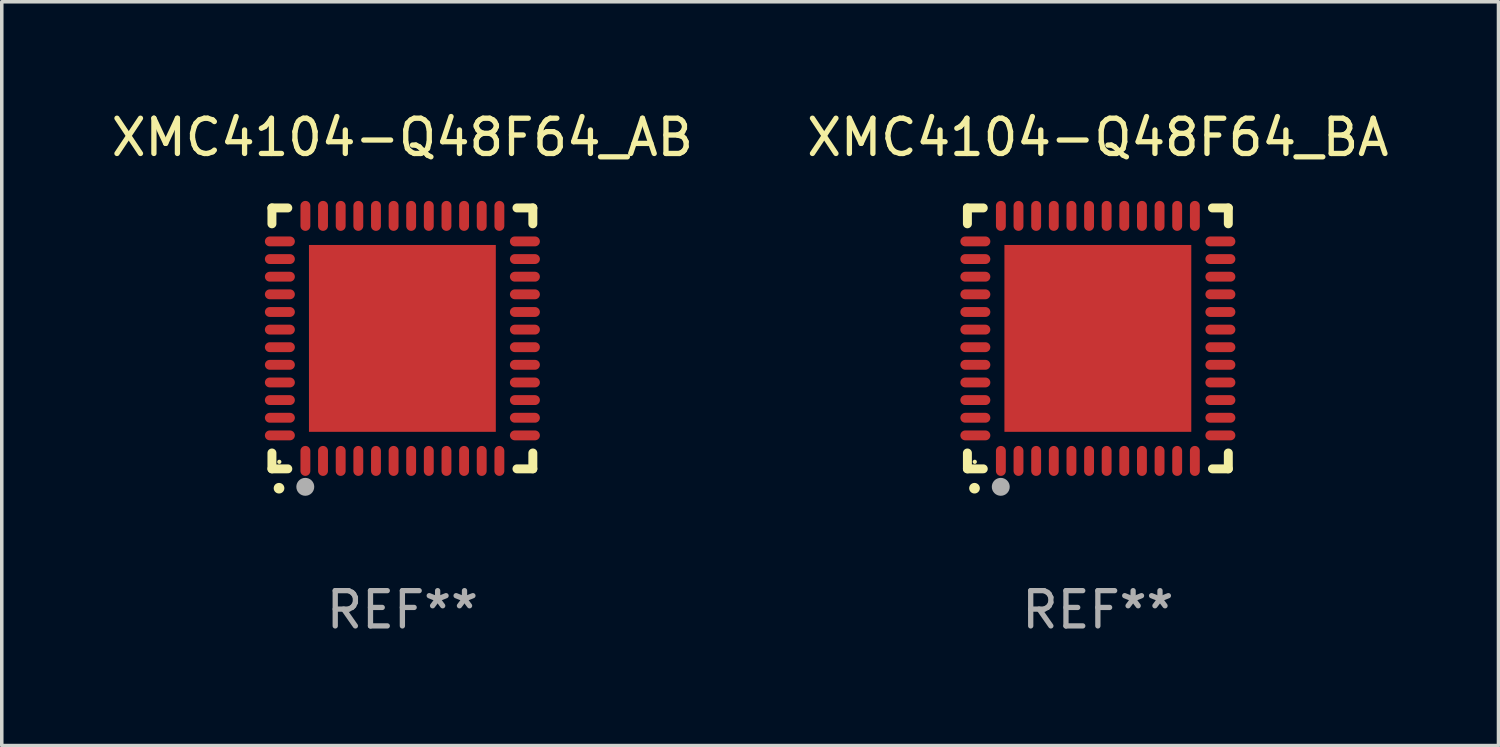
<source format=kicad_pcb>
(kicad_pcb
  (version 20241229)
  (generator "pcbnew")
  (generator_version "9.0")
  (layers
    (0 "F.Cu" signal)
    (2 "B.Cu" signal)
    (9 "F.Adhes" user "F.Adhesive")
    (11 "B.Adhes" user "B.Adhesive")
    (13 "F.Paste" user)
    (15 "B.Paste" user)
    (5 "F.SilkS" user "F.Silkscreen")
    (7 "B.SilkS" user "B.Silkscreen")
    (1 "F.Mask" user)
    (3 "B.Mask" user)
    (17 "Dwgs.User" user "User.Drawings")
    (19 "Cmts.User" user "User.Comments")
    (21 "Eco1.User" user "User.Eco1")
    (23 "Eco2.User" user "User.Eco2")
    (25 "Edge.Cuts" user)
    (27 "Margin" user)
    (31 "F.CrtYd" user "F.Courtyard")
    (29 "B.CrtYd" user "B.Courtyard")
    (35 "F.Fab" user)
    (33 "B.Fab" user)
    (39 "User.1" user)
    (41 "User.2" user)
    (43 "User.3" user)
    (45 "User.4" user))
  (footprint "XMC4104-Q48F64_BA"
    (layer "F.Cu")
    (at 28.089 6.548)
    (property "Reference" "XMC4104-Q48F64_BA" (at 0 -5.7 0) (layer "F.SilkS") (effects (font (size 1 1) (thickness 0.15))))
    (attr through_hole)
    (fp_line (start -3.7 -3.7) (end -3.25 -3.7) (stroke (width 0.254) (type solid)) (layer "F.SilkS"))
    (fp_line (start -3.7 -3.25) (end -3.7 -3.7) (stroke (width 0.254) (type solid)) (layer "F.SilkS"))
    (fp_line (start -3.7 3.7) (end -3.7 3.25) (stroke (width 0.254) (type solid)) (layer "F.SilkS"))
    (fp_line (start -3.25 3.7) (end -3.7 3.7) (stroke (width 0.254) (type solid)) (layer "F.SilkS"))
    (fp_line (start 3.25 3.7) (end 3.7 3.7) (stroke (width 0.254) (type solid)) (layer "F.SilkS"))
    (fp_line (start 3.7 -3.7) (end 3.25 -3.7) (stroke (width 0.254) (type solid)) (layer "F.SilkS"))
    (fp_line (start 3.7 -3.25) (end 3.7 -3.7) (stroke (width 0.254) (type solid)) (layer "F.SilkS"))
    (fp_line (start 3.7 3.7) (end 3.7 3.25) (stroke (width 0.254) (type solid)) (layer "F.SilkS"))
    (fp_arc (start -3.500127 4.249428) (mid -3.498857 4.249423) (end -3.497587 4.249428) (stroke (width 0.3) (type solid)) (layer "F.SilkS"))
    (fp_circle (center -3.491 3.501) (end -3.461 3.501) (stroke (width 0.06) (type solid)) (fill no) (layer "F.SilkS"))
    (fp_circle (center -2.754 4.21) (end -2.627 4.21) (stroke (width 0.254) (type solid)) (fill no) (layer "F.Fab"))
    (fp_text user "REF**" (at 0 7.7 0) (layer "F.Fab") (effects (font (size 1 1) (thickness 0.15))))
    (pad "1" smd oval (at -2.751 3.475) (size 0.28 0.85) (layers "F.Cu" "F.Mask" "F.Paste"))
    (pad "2" smd oval (at -2.251 3.475) (size 0.28 0.85) (layers "F.Cu" "F.Mask" "F.Paste"))
    (pad "3" smd oval (at -1.75 3.475) (size 0.28 0.85) (layers "F.Cu" "F.Mask" "F.Paste"))
    (pad "4" smd oval (at -1.25 3.475) (size 0.28 0.85) (layers "F.Cu" "F.Mask" "F.Paste"))
    (pad "5" smd oval (at -0.749 3.475) (size 0.28 0.85) (layers "F.Cu" "F.Mask" "F.Paste"))
    (pad "6" smd oval (at -0.249 3.475) (size 0.28 0.85) (layers "F.Cu" "F.Mask" "F.Paste"))
    (pad "7" smd oval (at 0.249 3.475) (size 0.28 0.85) (layers "F.Cu" "F.Mask" "F.Paste"))
    (pad "8" smd oval (at 0.749 3.475) (size 0.28 0.85) (layers "F.Cu" "F.Mask" "F.Paste"))
    (pad "9" smd oval (at 1.25 3.475) (size 0.28 0.85) (layers "F.Cu" "F.Mask" "F.Paste"))
    (pad "10" smd oval (at 1.75 3.475) (size 0.28 0.85) (layers "F.Cu" "F.Mask" "F.Paste"))
    (pad "11" smd oval (at 2.25 3.475) (size 0.28 0.85) (layers "F.Cu" "F.Mask" "F.Paste"))
    (pad "12" smd oval (at 2.751 3.475) (size 0.28 0.85) (layers "F.Cu" "F.Mask" "F.Paste"))
    (pad "13" smd oval (at 3.475 2.751) (size 0.85 0.28) (layers "F.Cu" "F.Mask" "F.Paste"))
    (pad "14" smd oval (at 3.475 2.251) (size 0.85 0.28) (layers "F.Cu" "F.Mask" "F.Paste"))
    (pad "15" smd oval (at 3.475 1.75) (size 0.85 0.28) (layers "F.Cu" "F.Mask" "F.Paste"))
    (pad "16" smd oval (at 3.475 1.25) (size 0.85 0.28) (layers "F.Cu" "F.Mask" "F.Paste"))
    (pad "17" smd oval (at 3.475 0.749) (size 0.85 0.28) (layers "F.Cu" "F.Mask" "F.Paste"))
    (pad "18" smd oval (at 3.475 0.249) (size 0.85 0.28) (layers "F.Cu" "F.Mask" "F.Paste"))
    (pad "19" smd oval (at 3.475 -0.249) (size 0.85 0.28) (layers "F.Cu" "F.Mask" "F.Paste"))
    (pad "20" smd oval (at 3.475 -0.749) (size 0.85 0.28) (layers "F.Cu" "F.Mask" "F.Paste"))
    (pad "21" smd oval (at 3.475 -1.25) (size 0.85 0.28) (layers "F.Cu" "F.Mask" "F.Paste"))
    (pad "22" smd oval (at 3.475 -1.75) (size 0.85 0.28) (layers "F.Cu" "F.Mask" "F.Paste"))
    (pad "23" smd oval (at 3.475 -2.25) (size 0.85 0.28) (layers "F.Cu" "F.Mask" "F.Paste"))
    (pad "24" smd oval (at 3.475 -2.751) (size 0.85 0.28) (layers "F.Cu" "F.Mask" "F.Paste"))
    (pad "25" smd oval (at 2.751 -3.475) (size 0.28 0.85) (layers "F.Cu" "F.Mask" "F.Paste"))
    (pad "26" smd oval (at 2.25 -3.475) (size 0.28 0.85) (layers "F.Cu" "F.Mask" "F.Paste"))
    (pad "27" smd oval (at 1.75 -3.475) (size 0.28 0.85) (layers "F.Cu" "F.Mask" "F.Paste"))
    (pad "28" smd oval (at 1.25 -3.475) (size 0.28 0.85) (layers "F.Cu" "F.Mask" "F.Paste"))
    (pad "29" smd oval (at 0.749 -3.475) (size 0.28 0.85) (layers "F.Cu" "F.Mask" "F.Paste"))
    (pad "30" smd oval (at 0.249 -3.475) (size 0.28 0.85) (layers "F.Cu" "F.Mask" "F.Paste"))
    (pad "31" smd oval (at -0.249 -3.475) (size 0.28 0.85) (layers "F.Cu" "F.Mask" "F.Paste"))
    (pad "32" smd oval (at -0.749 -3.475) (size 0.28 0.85) (layers "F.Cu" "F.Mask" "F.Paste"))
    (pad "33" smd oval (at -1.25 -3.475) (size 0.28 0.85) (layers "F.Cu" "F.Mask" "F.Paste"))
    (pad "34" smd oval (at -1.75 -3.475) (size 0.28 0.85) (layers "F.Cu" "F.Mask" "F.Paste"))
    (pad "35" smd oval (at -2.251 -3.475) (size 0.28 0.85) (layers "F.Cu" "F.Mask" "F.Paste"))
    (pad "36" smd oval (at -2.751 -3.475) (size 0.28 0.85) (layers "F.Cu" "F.Mask" "F.Paste"))
    (pad "37" smd oval (at -3.475 -2.751) (size 0.85 0.28) (layers "F.Cu" "F.Mask" "F.Paste"))
    (pad "38" smd oval (at -3.475 -2.25) (size 0.85 0.28) (layers "F.Cu" "F.Mask" "F.Paste"))
    (pad "39" smd oval (at -3.475 -1.75) (size 0.85 0.28) (layers "F.Cu" "F.Mask" "F.Paste"))
    (pad "40" smd oval (at -3.475 -1.25) (size 0.85 0.28) (layers "F.Cu" "F.Mask" "F.Paste"))
    (pad "41" smd oval (at -3.475 -0.749) (size 0.85 0.28) (layers "F.Cu" "F.Mask" "F.Paste"))
    (pad "42" smd oval (at -3.475 -0.249) (size 0.85 0.28) (layers "F.Cu" "F.Mask" "F.Paste"))
    (pad "43" smd oval (at -3.475 0.249) (size 0.85 0.28) (layers "F.Cu" "F.Mask" "F.Paste"))
    (pad "44" smd oval (at -3.475 0.749) (size 0.85 0.28) (layers "F.Cu" "F.Mask" "F.Paste"))
    (pad "45" smd oval (at -3.475 1.25) (size 0.85 0.28) (layers "F.Cu" "F.Mask" "F.Paste"))
    (pad "46" smd oval (at -3.475 1.75) (size 0.85 0.28) (layers "F.Cu" "F.Mask" "F.Paste"))
    (pad "47" smd oval (at -3.475 2.251) (size 0.85 0.28) (layers "F.Cu" "F.Mask" "F.Paste"))
    (pad "48" smd oval (at -3.475 2.751) (size 0.85 0.28) (layers "F.Cu" "F.Mask" "F.Paste"))
    (pad "49" smd rect (at -0.000102 0.000102) (size 5.3 5.3) (layers "F.Cu" "F.Mask" "F.Paste")))
  (footprint "XMC4104-Q48F64_AB"
    (layer "F.Cu")
    (at 8.363 6.548)
    (property "Reference" "XMC4104-Q48F64_AB" (at 0 -5.7 0) (layer "F.SilkS") (effects (font (size 1 1) (thickness 0.15))))
    (attr through_hole)
    (fp_line (start -3.7 -3.7) (end -3.25 -3.7) (stroke (width 0.254) (type solid)) (layer "F.SilkS"))
    (fp_line (start -3.7 -3.25) (end -3.7 -3.7) (stroke (width 0.254) (type solid)) (layer "F.SilkS"))
    (fp_line (start -3.7 3.7) (end -3.7 3.25) (stroke (width 0.254) (type solid)) (layer "F.SilkS"))
    (fp_line (start -3.25 3.7) (end -3.7 3.7) (stroke (width 0.254) (type solid)) (layer "F.SilkS"))
    (fp_line (start 3.25 3.7) (end 3.7 3.7) (stroke (width 0.254) (type solid)) (layer "F.SilkS"))
    (fp_line (start 3.7 -3.7) (end 3.25 -3.7) (stroke (width 0.254) (type solid)) (layer "F.SilkS"))
    (fp_line (start 3.7 -3.25) (end 3.7 -3.7) (stroke (width 0.254) (type solid)) (layer "F.SilkS"))
    (fp_line (start 3.7 3.7) (end 3.7 3.25) (stroke (width 0.254) (type solid)) (layer "F.SilkS"))
    (fp_arc (start -3.500127 4.249428) (mid -3.498857 4.249423) (end -3.497587 4.249428) (stroke (width 0.3) (type solid)) (layer "F.SilkS"))
    (fp_circle (center -3.491 3.501) (end -3.461 3.501) (stroke (width 0.06) (type solid)) (fill no) (layer "F.SilkS"))
    (fp_circle (center -2.754 4.21) (end -2.627 4.21) (stroke (width 0.254) (type solid)) (fill no) (layer "F.Fab"))
    (fp_text user "REF**" (at 0 7.7 0) (layer "F.Fab") (effects (font (size 1 1) (thickness 0.15))))
    (pad "1" smd oval (at -2.751 3.475) (size 0.28 0.85) (layers "F.Cu" "F.Mask" "F.Paste"))
    (pad "2" smd oval (at -2.251 3.475) (size 0.28 0.85) (layers "F.Cu" "F.Mask" "F.Paste"))
    (pad "3" smd oval (at -1.75 3.475) (size 0.28 0.85) (layers "F.Cu" "F.Mask" "F.Paste"))
    (pad "4" smd oval (at -1.25 3.475) (size 0.28 0.85) (layers "F.Cu" "F.Mask" "F.Paste"))
    (pad "5" smd oval (at -0.749 3.475) (size 0.28 0.85) (layers "F.Cu" "F.Mask" "F.Paste"))
    (pad "6" smd oval (at -0.249 3.475) (size 0.28 0.85) (layers "F.Cu" "F.Mask" "F.Paste"))
    (pad "7" smd oval (at 0.249 3.475) (size 0.28 0.85) (layers "F.Cu" "F.Mask" "F.Paste"))
    (pad "8" smd oval (at 0.749 3.475) (size 0.28 0.85) (layers "F.Cu" "F.Mask" "F.Paste"))
    (pad "9" smd oval (at 1.25 3.475) (size 0.28 0.85) (layers "F.Cu" "F.Mask" "F.Paste"))
    (pad "10" smd oval (at 1.75 3.475) (size 0.28 0.85) (layers "F.Cu" "F.Mask" "F.Paste"))
    (pad "11" smd oval (at 2.25 3.475) (size 0.28 0.85) (layers "F.Cu" "F.Mask" "F.Paste"))
    (pad "12" smd oval (at 2.751 3.475) (size 0.28 0.85) (layers "F.Cu" "F.Mask" "F.Paste"))
    (pad "13" smd oval (at 3.475 2.751) (size 0.85 0.28) (layers "F.Cu" "F.Mask" "F.Paste"))
    (pad "14" smd oval (at 3.475 2.251) (size 0.85 0.28) (layers "F.Cu" "F.Mask" "F.Paste"))
    (pad "15" smd oval (at 3.475 1.75) (size 0.85 0.28) (layers "F.Cu" "F.Mask" "F.Paste"))
    (pad "16" smd oval (at 3.475 1.25) (size 0.85 0.28) (layers "F.Cu" "F.Mask" "F.Paste"))
    (pad "17" smd oval (at 3.475 0.749) (size 0.85 0.28) (layers "F.Cu" "F.Mask" "F.Paste"))
    (pad "18" smd oval (at 3.475 0.249) (size 0.85 0.28) (layers "F.Cu" "F.Mask" "F.Paste"))
    (pad "19" smd oval (at 3.475 -0.249) (size 0.85 0.28) (layers "F.Cu" "F.Mask" "F.Paste"))
    (pad "20" smd oval (at 3.475 -0.749) (size 0.85 0.28) (layers "F.Cu" "F.Mask" "F.Paste"))
    (pad "21" smd oval (at 3.475 -1.25) (size 0.85 0.28) (layers "F.Cu" "F.Mask" "F.Paste"))
    (pad "22" smd oval (at 3.475 -1.75) (size 0.85 0.28) (layers "F.Cu" "F.Mask" "F.Paste"))
    (pad "23" smd oval (at 3.475 -2.25) (size 0.85 0.28) (layers "F.Cu" "F.Mask" "F.Paste"))
    (pad "24" smd oval (at 3.475 -2.751) (size 0.85 0.28) (layers "F.Cu" "F.Mask" "F.Paste"))
    (pad "25" smd oval (at 2.751 -3.475) (size 0.28 0.85) (layers "F.Cu" "F.Mask" "F.Paste"))
    (pad "26" smd oval (at 2.25 -3.475) (size 0.28 0.85) (layers "F.Cu" "F.Mask" "F.Paste"))
    (pad "27" smd oval (at 1.75 -3.475) (size 0.28 0.85) (layers "F.Cu" "F.Mask" "F.Paste"))
    (pad "28" smd oval (at 1.25 -3.475) (size 0.28 0.85) (layers "F.Cu" "F.Mask" "F.Paste"))
    (pad "29" smd oval (at 0.749 -3.475) (size 0.28 0.85) (layers "F.Cu" "F.Mask" "F.Paste"))
    (pad "30" smd oval (at 0.249 -3.475) (size 0.28 0.85) (layers "F.Cu" "F.Mask" "F.Paste"))
    (pad "31" smd oval (at -0.249 -3.475) (size 0.28 0.85) (layers "F.Cu" "F.Mask" "F.Paste"))
    (pad "32" smd oval (at -0.749 -3.475) (size 0.28 0.85) (layers "F.Cu" "F.Mask" "F.Paste"))
    (pad "33" smd oval (at -1.25 -3.475) (size 0.28 0.85) (layers "F.Cu" "F.Mask" "F.Paste"))
    (pad "34" smd oval (at -1.75 -3.475) (size 0.28 0.85) (layers "F.Cu" "F.Mask" "F.Paste"))
    (pad "35" smd oval (at -2.251 -3.475) (size 0.28 0.85) (layers "F.Cu" "F.Mask" "F.Paste"))
    (pad "36" smd oval (at -2.751 -3.475) (size 0.28 0.85) (layers "F.Cu" "F.Mask" "F.Paste"))
    (pad "37" smd oval (at -3.475 -2.751) (size 0.85 0.28) (layers "F.Cu" "F.Mask" "F.Paste"))
    (pad "38" smd oval (at -3.475 -2.25) (size 0.85 0.28) (layers "F.Cu" "F.Mask" "F.Paste"))
    (pad "39" smd oval (at -3.475 -1.75) (size 0.85 0.28) (layers "F.Cu" "F.Mask" "F.Paste"))
    (pad "40" smd oval (at -3.475 -1.25) (size 0.85 0.28) (layers "F.Cu" "F.Mask" "F.Paste"))
    (pad "41" smd oval (at -3.475 -0.749) (size 0.85 0.28) (layers "F.Cu" "F.Mask" "F.Paste"))
    (pad "42" smd oval (at -3.475 -0.249) (size 0.85 0.28) (layers "F.Cu" "F.Mask" "F.Paste"))
    (pad "43" smd oval (at -3.475 0.249) (size 0.85 0.28) (layers "F.Cu" "F.Mask" "F.Paste"))
    (pad "44" smd oval (at -3.475 0.749) (size 0.85 0.28) (layers "F.Cu" "F.Mask" "F.Paste"))
    (pad "45" smd oval (at -3.475 1.25) (size 0.85 0.28) (layers "F.Cu" "F.Mask" "F.Paste"))
    (pad "46" smd oval (at -3.475 1.75) (size 0.85 0.28) (layers "F.Cu" "F.Mask" "F.Paste"))
    (pad "47" smd oval (at -3.475 2.251) (size 0.85 0.28) (layers "F.Cu" "F.Mask" "F.Paste"))
    (pad "48" smd oval (at -3.475 2.751) (size 0.85 0.28) (layers "F.Cu" "F.Mask" "F.Paste"))
    (pad "49" smd rect (at -0.000102 0.000102) (size 5.3 5.3) (layers "F.Cu" "F.Mask" "F.Paste")))
  (gr_rect
    (start -3 -3)
    (end 39.452 18.097)
    (stroke (width 0.1) (type default))
    (fill no)
    (layer "Edge.Cuts")))
</source>
